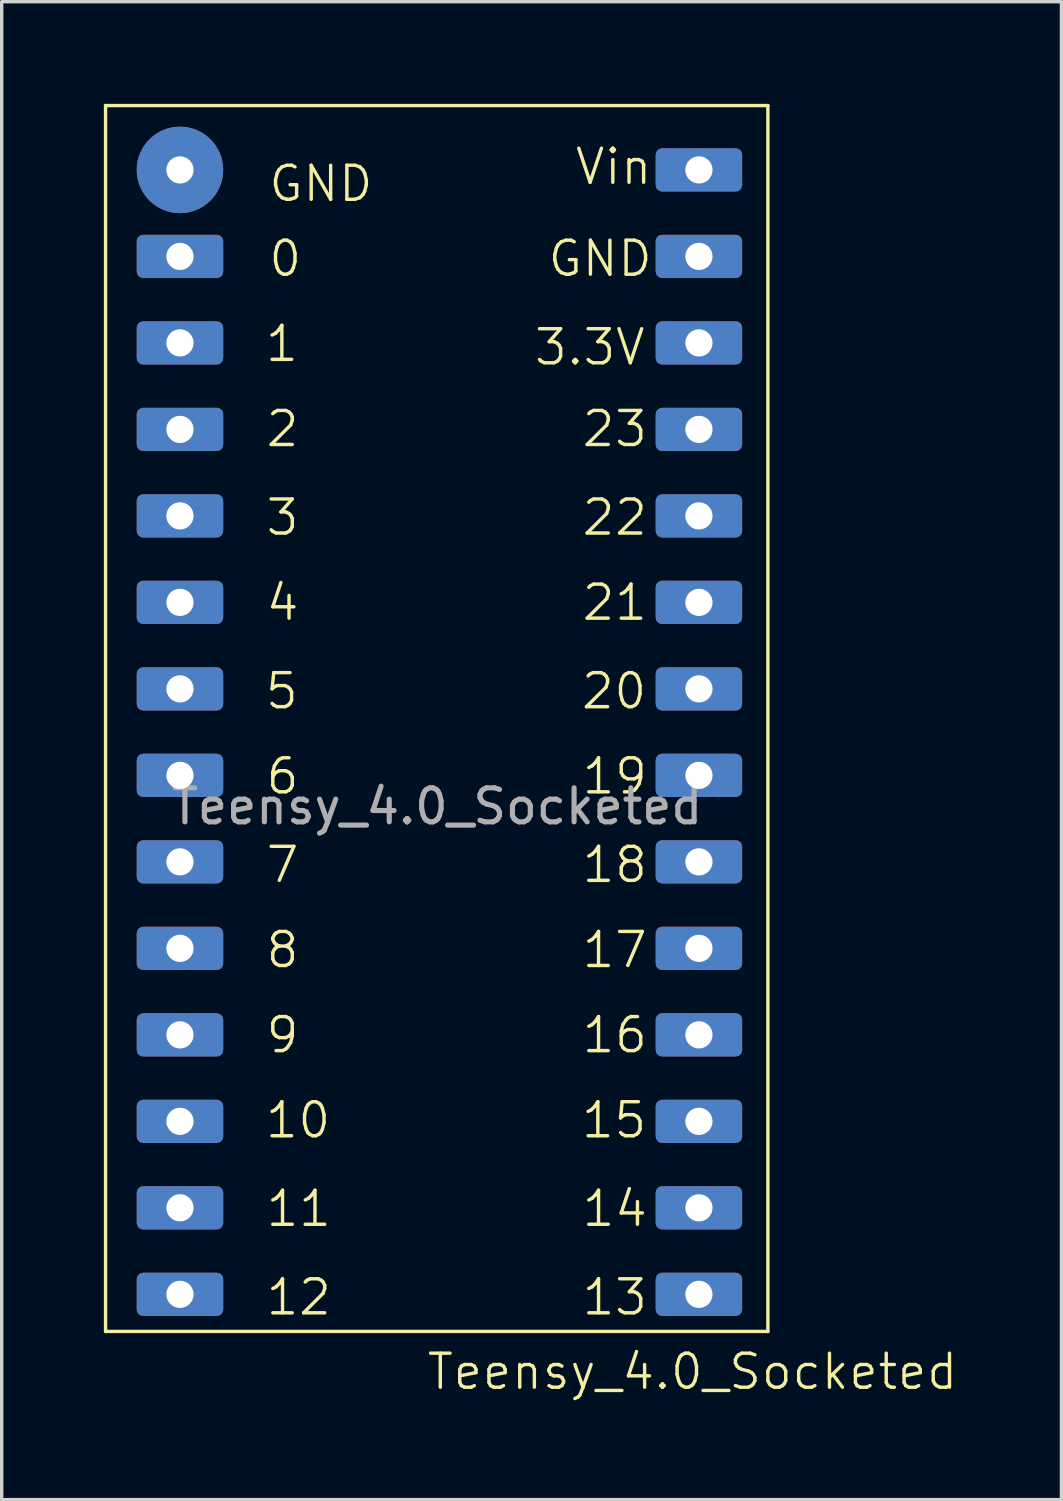
<source format=kicad_pcb>
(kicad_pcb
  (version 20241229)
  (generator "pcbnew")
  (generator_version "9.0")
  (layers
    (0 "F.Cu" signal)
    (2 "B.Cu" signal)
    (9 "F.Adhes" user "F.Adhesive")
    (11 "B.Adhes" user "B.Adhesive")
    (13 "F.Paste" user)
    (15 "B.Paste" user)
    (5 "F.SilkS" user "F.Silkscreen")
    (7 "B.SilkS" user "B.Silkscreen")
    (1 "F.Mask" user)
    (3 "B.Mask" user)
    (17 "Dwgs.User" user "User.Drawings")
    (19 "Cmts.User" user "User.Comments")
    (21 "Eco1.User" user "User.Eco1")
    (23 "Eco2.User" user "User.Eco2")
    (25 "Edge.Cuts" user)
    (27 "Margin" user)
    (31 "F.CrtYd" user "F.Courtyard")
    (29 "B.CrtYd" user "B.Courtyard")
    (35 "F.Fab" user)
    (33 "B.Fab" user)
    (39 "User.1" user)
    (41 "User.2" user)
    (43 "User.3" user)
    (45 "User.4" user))
  (footprint "Teensy_4.0_Socketed"
    (layer "F.Cu")
    (at 9.785 18.13)
    (property "Reference" "Teensy_4.0_Socketed" (at 7.5 19.1 0) (unlocked yes) (layer "F.SilkS") (effects (font (size 1 1) (thickness 0.1))))
    (attr through_hole)
    (fp_line (start -9.735 -18.08) (end 9.715 -18.08) (stroke (width 0.1) (type default)) (layer "F.SilkS"))
    (fp_line (start -9.735 17.92) (end -9.735 -18.08) (stroke (width 0.1) (type default)) (layer "F.SilkS"))
    (fp_line (start 9.715 -18.08) (end 9.715 17.92) (stroke (width 0.1) (type default)) (layer "F.SilkS"))
    (fp_line (start 9.715 17.92) (end -9.735 17.92) (stroke (width 0.1) (type default)) (layer "F.SilkS"))
    (fp_text user "11" (at -5.08 14.9 0) (unlocked yes) (layer "F.SilkS") (effects (font (size 1 1) (thickness 0.1)) (justify left bottom)))
    (fp_text user "16" (at 4.2 9.8 0) (unlocked yes) (layer "F.SilkS") (effects (font (size 1 1) (thickness 0.1)) (justify left bottom)))
    (fp_text user "19" (at 4.2 2.2 0) (unlocked yes) (layer "F.SilkS") (effects (font (size 1 1) (thickness 0.1)) (justify left bottom)))
    (fp_text user "Vin" (at 4 -15.7 0) (unlocked yes) (layer "F.SilkS") (effects (font (size 1 1) (thickness 0.1)) (justify left bottom)))
    (fp_text user "8" (at -5.08 7.3 0) (unlocked yes) (layer "F.SilkS") (effects (font (size 1 1) (thickness 0.1)) (justify left bottom)))
    (fp_text user "17" (at 4.2 7.3 0) (unlocked yes) (layer "F.SilkS") (effects (font (size 1 1) (thickness 0.1)) (justify left bottom)))
    (fp_text user "7" (at -5.08 4.8 0) (unlocked yes) (layer "F.SilkS") (effects (font (size 1 1) (thickness 0.1)) (justify left bottom)))
    (fp_text user "15" (at 4.18 12.3 0) (unlocked yes) (layer "F.SilkS") (effects (font (size 1 1) (thickness 0.1)) (justify left bottom)))
    (fp_text user "10" (at -5.1 12.3 0) (unlocked yes) (layer "F.SilkS") (effects (font (size 1 1) (thickness 0.1)) (justify left bottom)))
    (fp_text user "4" (at -5.08 -2.9 0) (unlocked yes) (layer "F.SilkS") (effects (font (size 1 1) (thickness 0.1)) (justify left bottom)))
    (fp_text user "5" (at -5.1 -0.3 0) (unlocked yes) (layer "F.SilkS") (effects (font (size 1 1) (thickness 0.1)) (justify left bottom)))
    (fp_text user "13" (at 4.2 17.5 0) (unlocked yes) (layer "F.SilkS") (effects (font (size 1 1) (thickness 0.1)) (justify left bottom)))
    (fp_text user "23" (at 4.2 -8 0) (unlocked yes) (layer "F.SilkS") (effects (font (size 1 1) (thickness 0.1)) (justify left bottom)))
    (fp_text user "GND" (at 3.2 -13 0) (unlocked yes) (layer "F.SilkS") (effects (font (size 1 1) (thickness 0.1)) (justify left bottom)))
    (fp_text user "9" (at -5.08 9.8 0) (unlocked yes) (layer "F.SilkS") (effects (font (size 1 1) (thickness 0.1)) (justify left bottom)))
    (fp_text user "14" (at 4.2 14.9 0) (unlocked yes) (layer "F.SilkS") (effects (font (size 1 1) (thickness 0.1)) (justify left bottom)))
    (fp_text user "2" (at -5.08 -8 0) (unlocked yes) (layer "F.SilkS") (effects (font (size 1 1) (thickness 0.1)) (justify left bottom)))
    (fp_text user "GND" (at -5 -15.2 0) (unlocked yes) (layer "F.SilkS") (effects (font (size 1 1) (thickness 0.1)) (justify left bottom)))
    (fp_text user "12" (at -5.08 17.5 0) (unlocked yes) (layer "F.SilkS") (effects (font (size 1 1) (thickness 0.1)) (justify left bottom)))
    (fp_text user "3" (at -5.08 -5.4 0) (unlocked yes) (layer "F.SilkS") (effects (font (size 1 1) (thickness 0.1)) (justify left bottom)))
    (fp_text user "6" (at -5.08 2.2 0) (unlocked yes) (layer "F.SilkS") (effects (font (size 1 1) (thickness 0.1)) (justify left bottom)))
    (fp_text user "0" (at -5 -13 0) (unlocked yes) (layer "F.SilkS") (effects (font (size 1 1) (thickness 0.1)) (justify left bottom)))
    (fp_text user "3.3V" (at 2.8 -10.4 0) (unlocked yes) (layer "F.SilkS") (effects (font (size 1 1) (thickness 0.1)) (justify left bottom)))
    (fp_text user "21" (at 4.2 -2.9 0) (unlocked yes) (layer "F.SilkS") (effects (font (size 1 1) (thickness 0.1)) (justify left bottom)))
    (fp_text user "22" (at 4.2 -5.4 0) (unlocked yes) (layer "F.SilkS") (effects (font (size 1 1) (thickness 0.1)) (justify left bottom)))
    (fp_text user "18" (at 4.2 4.8 0) (unlocked yes) (layer "F.SilkS") (effects (font (size 1 1) (thickness 0.1)) (justify left bottom)))
    (fp_text user "1" (at -5.1 -10.5 0) (unlocked yes) (layer "F.SilkS") (effects (font (size 1 1) (thickness 0.1)) (justify left bottom)))
    (fp_text user "20" (at 4.18 -0.3 0) (unlocked yes) (layer "F.SilkS") (effects (font (size 1 1) (thickness 0.1)) (justify left bottom)))
    (fp_text user "${REFERENCE}" (at 0 2.5 0) (unlocked yes) (layer "F.Fab") (effects (font (size 1 1) (thickness 0.15))))
    (pad "1" thru_hole circle (at -7.55 -16.19) (size 2.54 2.54) (drill 0.8) (layers "*.Cu" "*.Mask"))
    (pad "2" thru_hole roundrect (at -7.55 -13.65) (size 2.54 1.27) (drill 0.8) (layers "*.Cu" "*.Mask") (roundrect_rratio 0.15))
    (pad "3" thru_hole roundrect (at -7.55 -11.11) (size 2.54 1.27) (drill 0.8) (layers "*.Cu" "*.Mask") (roundrect_rratio 0.15))
    (pad "4" thru_hole roundrect (at -7.55 -8.57) (size 2.54 1.27) (drill 0.8) (layers "*.Cu" "*.Mask") (roundrect_rratio 0.15))
    (pad "5" thru_hole roundrect (at -7.55 -6.03) (size 2.54 1.27) (drill 0.8) (layers "*.Cu" "*.Mask") (roundrect_rratio 0.15))
    (pad "6" thru_hole roundrect (at -7.55 -3.49) (size 2.54 1.27) (drill 0.8) (layers "*.Cu" "*.Mask") (roundrect_rratio 0.15))
    (pad "7" thru_hole roundrect (at -7.55 -0.95) (size 2.54 1.27) (drill 0.8) (layers "*.Cu" "*.Mask") (roundrect_rratio 0.15))
    (pad "8" thru_hole roundrect (at -7.55 1.59) (size 2.54 1.27) (drill 0.8) (layers "*.Cu" "*.Mask") (roundrect_rratio 0.15))
    (pad "9" thru_hole roundrect (at -7.55 4.13) (size 2.54 1.27) (drill 0.8) (layers "*.Cu" "*.Mask") (roundrect_rratio 0.15))
    (pad "10" thru_hole roundrect (at -7.55 6.67) (size 2.54 1.27) (drill 0.8) (layers "*.Cu" "*.Mask") (roundrect_rratio 0.15))
    (pad "11" thru_hole roundrect (at -7.55 9.21) (size 2.54 1.27) (drill 0.8) (layers "*.Cu" "*.Mask") (roundrect_rratio 0.15))
    (pad "12" thru_hole roundrect (at -7.55 11.75) (size 2.54 1.27) (drill 0.8) (layers "*.Cu" "*.Mask") (roundrect_rratio 0.15))
    (pad "13" thru_hole roundrect (at -7.55 14.29) (size 2.54 1.27) (drill 0.8) (layers "*.Cu" "*.Mask") (roundrect_rratio 0.15))
    (pad "14" thru_hole roundrect (at -7.55 16.83) (size 2.54 1.27) (drill 0.8) (layers "*.Cu" "*.Mask") (roundrect_rratio 0.15))
    (pad "15" thru_hole roundrect (at 7.69 16.83) (size 2.54 1.27) (drill 0.8) (layers "*.Cu" "*.Mask") (roundrect_rratio 0.15))
    (pad "16" thru_hole roundrect (at 7.69 14.29) (size 2.54 1.27) (drill 0.8) (layers "*.Cu" "*.Mask") (roundrect_rratio 0.15))
    (pad "17" thru_hole roundrect (at 7.69 11.75) (size 2.54 1.27) (drill 0.8) (layers "*.Cu" "*.Mask") (roundrect_rratio 0.15))
    (pad "18" thru_hole roundrect (at 7.69 9.21) (size 2.54 1.27) (drill 0.8) (layers "*.Cu" "*.Mask") (roundrect_rratio 0.15))
    (pad "19" thru_hole roundrect (at 7.69 6.67) (size 2.54 1.27) (drill 0.8) (layers "*.Cu" "*.Mask") (roundrect_rratio 0.15))
    (pad "20" thru_hole roundrect (at 7.69 4.13) (size 2.54 1.27) (drill 0.8) (layers "*.Cu" "*.Mask") (roundrect_rratio 0.15))
    (pad "21" thru_hole roundrect (at 7.69 1.59) (size 2.54 1.27) (drill 0.8) (layers "*.Cu" "*.Mask") (roundrect_rratio 0.15))
    (pad "22" thru_hole roundrect (at 7.69 -0.95) (size 2.54 1.27) (drill 0.8) (layers "*.Cu" "*.Mask") (roundrect_rratio 0.15))
    (pad "23" thru_hole roundrect (at 7.69 -3.49) (size 2.54 1.27) (drill 0.8) (layers "*.Cu" "*.Mask") (roundrect_rratio 0.15))
    (pad "24" thru_hole roundrect (at 7.69 -6.03) (size 2.54 1.27) (drill 0.8) (layers "*.Cu" "*.Mask") (roundrect_rratio 0.15))
    (pad "25" thru_hole roundrect (at 7.69 -8.57) (size 2.54 1.27) (drill 0.8) (layers "*.Cu" "*.Mask") (roundrect_rratio 0.15))
    (pad "26" thru_hole roundrect (at 7.69 -11.11) (size 2.54 1.27) (drill 0.8) (layers "*.Cu" "*.Mask") (roundrect_rratio 0.15))
    (pad "27" thru_hole roundrect (at 7.69 -13.65) (size 2.54 1.27) (drill 0.8) (layers "*.Cu" "*.Mask") (roundrect_rratio 0.15))
    (pad "28" thru_hole roundrect (at 7.69 -16.19) (size 2.54 1.27) (drill 0.8) (layers "*.Cu" "*.Mask") (roundrect_rratio 0.15))
    (zone (net_name "") (layer "F.SilkS") (hatch edge 0.5) (connect_pads) (min_thickness 0.25) (filled_areas_thickness no) (keepout (tracks allowed) (vias allowed) (pads not_allowed) (copperpour allowed) (footprints not_allowed)) (placement (enabled no)) (fill) (polygon (pts (xy 0.05 0.05) (xy 19.5 0.05) (xy 19.5 36.05) (xy 0.05 36.05)))))
  (gr_rect
    (start -3 -3)
    (end 28.121 40.99)
    (stroke (width 0.1) (type default))
    (fill no)
    (layer "Edge.Cuts")))
</source>
